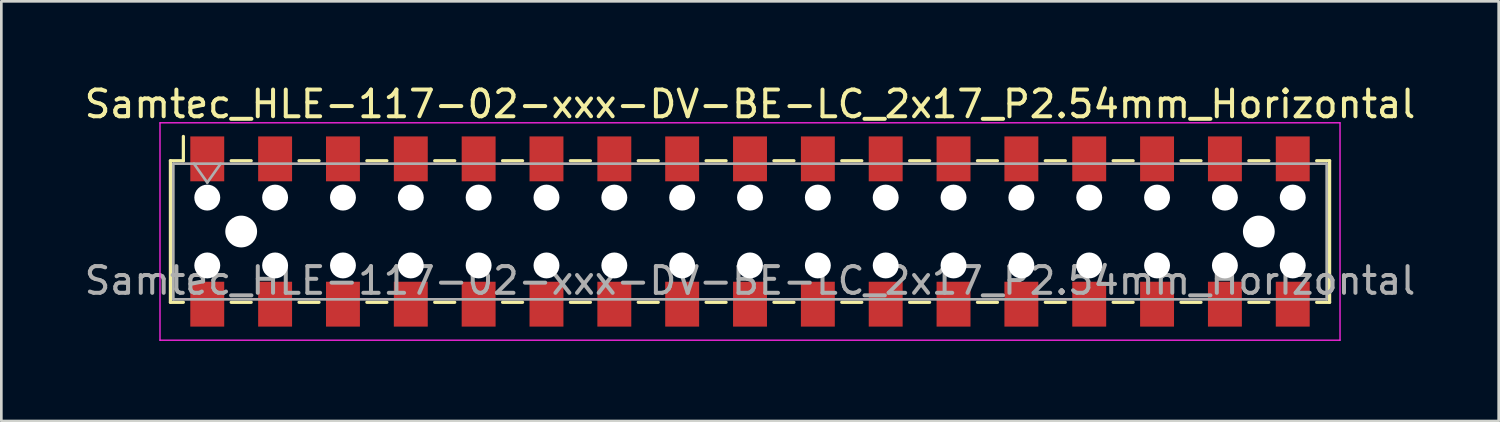
<source format=kicad_pcb>
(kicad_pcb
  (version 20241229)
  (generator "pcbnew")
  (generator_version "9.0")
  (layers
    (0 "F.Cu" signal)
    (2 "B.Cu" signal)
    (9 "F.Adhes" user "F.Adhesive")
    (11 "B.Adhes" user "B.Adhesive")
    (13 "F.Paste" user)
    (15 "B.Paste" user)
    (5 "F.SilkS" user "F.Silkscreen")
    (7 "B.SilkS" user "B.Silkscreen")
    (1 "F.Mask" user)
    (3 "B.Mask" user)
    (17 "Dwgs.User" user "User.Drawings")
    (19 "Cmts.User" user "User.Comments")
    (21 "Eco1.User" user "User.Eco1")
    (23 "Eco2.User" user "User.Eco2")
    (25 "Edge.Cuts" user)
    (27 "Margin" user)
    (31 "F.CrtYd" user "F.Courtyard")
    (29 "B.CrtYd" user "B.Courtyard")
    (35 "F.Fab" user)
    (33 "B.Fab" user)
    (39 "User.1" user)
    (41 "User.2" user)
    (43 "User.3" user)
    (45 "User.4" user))
  (footprint "Samtec_HLE-117-02-xxx-DV-BE-LC_2x17_P2.54mm_Horizontal"
    (layer "F.Cu")
    (at 25.03 5.618)
    (property "Reference" "Samtec_HLE-117-02-xxx-DV-BE-LC_2x17_P2.54mm_Horizontal" (at 0 -4.77 0) (layer "F.SilkS") (effects (font (size 1 1) (thickness 0.15))))
    (attr smd)
    (fp_line (start -21.7 -2.65) (end -21.7 2.65) (stroke (width 0.12) (type solid)) (layer "F.SilkS"))
    (fp_line (start -21.7 2.65) (end -21.215 2.65) (stroke (width 0.12) (type solid)) (layer "F.SilkS"))
    (fp_line (start -21.215 -3.56) (end -21.215 -2.65) (stroke (width 0.12) (type solid)) (layer "F.SilkS"))
    (fp_line (start -21.215 -2.65) (end -21.7 -2.65) (stroke (width 0.12) (type solid)) (layer "F.SilkS"))
    (fp_line (start -19.425 -2.65) (end -18.675 -2.65) (stroke (width 0.12) (type solid)) (layer "F.SilkS"))
    (fp_line (start -19.425 2.65) (end -18.675 2.65) (stroke (width 0.12) (type solid)) (layer "F.SilkS"))
    (fp_line (start -16.885 -2.65) (end -16.135 -2.65) (stroke (width 0.12) (type solid)) (layer "F.SilkS"))
    (fp_line (start -16.885 2.65) (end -16.135 2.65) (stroke (width 0.12) (type solid)) (layer "F.SilkS"))
    (fp_line (start -14.345 -2.65) (end -13.595 -2.65) (stroke (width 0.12) (type solid)) (layer "F.SilkS"))
    (fp_line (start -14.345 2.65) (end -13.595 2.65) (stroke (width 0.12) (type solid)) (layer "F.SilkS"))
    (fp_line (start -11.805 -2.65) (end -11.055 -2.65) (stroke (width 0.12) (type solid)) (layer "F.SilkS"))
    (fp_line (start -11.805 2.65) (end -11.055 2.65) (stroke (width 0.12) (type solid)) (layer "F.SilkS"))
    (fp_line (start -9.265 -2.65) (end -8.515 -2.65) (stroke (width 0.12) (type solid)) (layer "F.SilkS"))
    (fp_line (start -9.265 2.65) (end -8.515 2.65) (stroke (width 0.12) (type solid)) (layer "F.SilkS"))
    (fp_line (start -6.725 -2.65) (end -5.975 -2.65) (stroke (width 0.12) (type solid)) (layer "F.SilkS"))
    (fp_line (start -6.725 2.65) (end -5.975 2.65) (stroke (width 0.12) (type solid)) (layer "F.SilkS"))
    (fp_line (start -4.185 -2.65) (end -3.435 -2.65) (stroke (width 0.12) (type solid)) (layer "F.SilkS"))
    (fp_line (start -4.185 2.65) (end -3.435 2.65) (stroke (width 0.12) (type solid)) (layer "F.SilkS"))
    (fp_line (start -1.645 -2.65) (end -0.895 -2.65) (stroke (width 0.12) (type solid)) (layer "F.SilkS"))
    (fp_line (start -1.645 2.65) (end -0.895 2.65) (stroke (width 0.12) (type solid)) (layer "F.SilkS"))
    (fp_line (start 0.895 -2.65) (end 1.645 -2.65) (stroke (width 0.12) (type solid)) (layer "F.SilkS"))
    (fp_line (start 0.895 2.65) (end 1.645 2.65) (stroke (width 0.12) (type solid)) (layer "F.SilkS"))
    (fp_line (start 3.435 -2.65) (end 4.185 -2.65) (stroke (width 0.12) (type solid)) (layer "F.SilkS"))
    (fp_line (start 3.435 2.65) (end 4.185 2.65) (stroke (width 0.12) (type solid)) (layer "F.SilkS"))
    (fp_line (start 5.975 -2.65) (end 6.725 -2.65) (stroke (width 0.12) (type solid)) (layer "F.SilkS"))
    (fp_line (start 5.975 2.65) (end 6.725 2.65) (stroke (width 0.12) (type solid)) (layer "F.SilkS"))
    (fp_line (start 8.515 -2.65) (end 9.265 -2.65) (stroke (width 0.12) (type solid)) (layer "F.SilkS"))
    (fp_line (start 8.515 2.65) (end 9.265 2.65) (stroke (width 0.12) (type solid)) (layer "F.SilkS"))
    (fp_line (start 11.055 -2.65) (end 11.805 -2.65) (stroke (width 0.12) (type solid)) (layer "F.SilkS"))
    (fp_line (start 11.055 2.65) (end 11.805 2.65) (stroke (width 0.12) (type solid)) (layer "F.SilkS"))
    (fp_line (start 13.595 -2.65) (end 14.345 -2.65) (stroke (width 0.12) (type solid)) (layer "F.SilkS"))
    (fp_line (start 13.595 2.65) (end 14.345 2.65) (stroke (width 0.12) (type solid)) (layer "F.SilkS"))
    (fp_line (start 16.135 -2.65) (end 16.885 -2.65) (stroke (width 0.12) (type solid)) (layer "F.SilkS"))
    (fp_line (start 16.135 2.65) (end 16.885 2.65) (stroke (width 0.12) (type solid)) (layer "F.SilkS"))
    (fp_line (start 18.675 -2.65) (end 19.425 -2.65) (stroke (width 0.12) (type solid)) (layer "F.SilkS"))
    (fp_line (start 18.675 2.65) (end 19.425 2.65) (stroke (width 0.12) (type solid)) (layer "F.SilkS"))
    (fp_line (start 21.215 -2.65) (end 21.7 -2.65) (stroke (width 0.12) (type solid)) (layer "F.SilkS"))
    (fp_line (start 21.7 -2.65) (end 21.7 2.65) (stroke (width 0.12) (type solid)) (layer "F.SilkS"))
    (fp_line (start 21.7 2.65) (end 21.215 2.65) (stroke (width 0.12) (type solid)) (layer "F.SilkS"))
    (fp_line (start -22.09 -4.07) (end 22.09 -4.07) (stroke (width 0.05) (type solid)) (layer "F.CrtYd"))
    (fp_line (start -22.09 4.07) (end -22.09 -4.07) (stroke (width 0.05) (type solid)) (layer "F.CrtYd"))
    (fp_line (start 22.09 -4.07) (end 22.09 4.07) (stroke (width 0.05) (type solid)) (layer "F.CrtYd"))
    (fp_line (start 22.09 4.07) (end -22.09 4.07) (stroke (width 0.05) (type solid)) (layer "F.CrtYd"))
    (fp_line (start -21.59 -2.54) (end 21.59 -2.54) (stroke (width 0.1) (type solid)) (layer "F.Fab"))
    (fp_line (start -21.59 2.54) (end -21.59 -2.54) (stroke (width 0.1) (type solid)) (layer "F.Fab"))
    (fp_line (start -20.82 -2.54) (end -20.32 -1.833) (stroke (width 0.1) (type solid)) (layer "F.Fab"))
    (fp_line (start -20.32 -1.833) (end -19.82 -2.54) (stroke (width 0.1) (type solid)) (layer "F.Fab"))
    (fp_line (start 21.59 -2.54) (end 21.59 2.54) (stroke (width 0.1) (type solid)) (layer "F.Fab"))
    (fp_line (start 21.59 2.54) (end -21.59 2.54) (stroke (width 0.1) (type solid)) (layer "F.Fab"))
    (fp_text user "${REFERENCE}" (at 0 1.84 0) (layer "F.Fab") (effects (font (size 1 1) (thickness 0.15))))
    (pad "" np_thru_hole circle (at -20.32 -1.27) (size 0.97 0.97) (drill 0.97) (layers "*.Cu" "*.Mask"))
    (pad "" np_thru_hole circle (at -20.32 1.27) (size 0.97 0.97) (drill 0.97) (layers "*.Cu" "*.Mask"))
    (pad "" np_thru_hole circle (at -19.05 0) (size 1.19 1.19) (drill 1.19) (layers "*.Cu" "*.Mask"))
    (pad "" np_thru_hole circle (at -17.78 -1.27) (size 0.97 0.97) (drill 0.97) (layers "*.Cu" "*.Mask"))
    (pad "" np_thru_hole circle (at -17.78 1.27) (size 0.97 0.97) (drill 0.97) (layers "*.Cu" "*.Mask"))
    (pad "" np_thru_hole circle (at -15.24 -1.27) (size 0.97 0.97) (drill 0.97) (layers "*.Cu" "*.Mask"))
    (pad "" np_thru_hole circle (at -15.24 1.27) (size 0.97 0.97) (drill 0.97) (layers "*.Cu" "*.Mask"))
    (pad "" np_thru_hole circle (at -12.7 -1.27) (size 0.97 0.97) (drill 0.97) (layers "*.Cu" "*.Mask"))
    (pad "" np_thru_hole circle (at -12.7 1.27) (size 0.97 0.97) (drill 0.97) (layers "*.Cu" "*.Mask"))
    (pad "" np_thru_hole circle (at -10.16 -1.27) (size 0.97 0.97) (drill 0.97) (layers "*.Cu" "*.Mask"))
    (pad "" np_thru_hole circle (at -10.16 1.27) (size 0.97 0.97) (drill 0.97) (layers "*.Cu" "*.Mask"))
    (pad "" np_thru_hole circle (at -7.62 -1.27) (size 0.97 0.97) (drill 0.97) (layers "*.Cu" "*.Mask"))
    (pad "" np_thru_hole circle (at -7.62 1.27) (size 0.97 0.97) (drill 0.97) (layers "*.Cu" "*.Mask"))
    (pad "" np_thru_hole circle (at -5.08 -1.27) (size 0.97 0.97) (drill 0.97) (layers "*.Cu" "*.Mask"))
    (pad "" np_thru_hole circle (at -5.08 1.27) (size 0.97 0.97) (drill 0.97) (layers "*.Cu" "*.Mask"))
    (pad "" np_thru_hole circle (at -2.54 -1.27) (size 0.97 0.97) (drill 0.97) (layers "*.Cu" "*.Mask"))
    (pad "" np_thru_hole circle (at -2.54 1.27) (size 0.97 0.97) (drill 0.97) (layers "*.Cu" "*.Mask"))
    (pad "" np_thru_hole circle (at 0 -1.27) (size 0.97 0.97) (drill 0.97) (layers "*.Cu" "*.Mask"))
    (pad "" np_thru_hole circle (at 0 1.27) (size 0.97 0.97) (drill 0.97) (layers "*.Cu" "*.Mask"))
    (pad "" np_thru_hole circle (at 2.54 -1.27) (size 0.97 0.97) (drill 0.97) (layers "*.Cu" "*.Mask"))
    (pad "" np_thru_hole circle (at 2.54 1.27) (size 0.97 0.97) (drill 0.97) (layers "*.Cu" "*.Mask"))
    (pad "" np_thru_hole circle (at 5.08 -1.27) (size 0.97 0.97) (drill 0.97) (layers "*.Cu" "*.Mask"))
    (pad "" np_thru_hole circle (at 5.08 1.27) (size 0.97 0.97) (drill 0.97) (layers "*.Cu" "*.Mask"))
    (pad "" np_thru_hole circle (at 7.62 -1.27) (size 0.97 0.97) (drill 0.97) (layers "*.Cu" "*.Mask"))
    (pad "" np_thru_hole circle (at 7.62 1.27) (size 0.97 0.97) (drill 0.97) (layers "*.Cu" "*.Mask"))
    (pad "" np_thru_hole circle (at 10.16 -1.27) (size 0.97 0.97) (drill 0.97) (layers "*.Cu" "*.Mask"))
    (pad "" np_thru_hole circle (at 10.16 1.27) (size 0.97 0.97) (drill 0.97) (layers "*.Cu" "*.Mask"))
    (pad "" np_thru_hole circle (at 12.7 -1.27) (size 0.97 0.97) (drill 0.97) (layers "*.Cu" "*.Mask"))
    (pad "" np_thru_hole circle (at 12.7 1.27) (size 0.97 0.97) (drill 0.97) (layers "*.Cu" "*.Mask"))
    (pad "" np_thru_hole circle (at 15.24 -1.27) (size 0.97 0.97) (drill 0.97) (layers "*.Cu" "*.Mask"))
    (pad "" np_thru_hole circle (at 15.24 1.27) (size 0.97 0.97) (drill 0.97) (layers "*.Cu" "*.Mask"))
    (pad "" np_thru_hole circle (at 17.78 -1.27) (size 0.97 0.97) (drill 0.97) (layers "*.Cu" "*.Mask"))
    (pad "" np_thru_hole circle (at 17.78 1.27) (size 0.97 0.97) (drill 0.97) (layers "*.Cu" "*.Mask"))
    (pad "" np_thru_hole circle (at 19.05 0) (size 1.19 1.19) (drill 1.19) (layers "*.Cu" "*.Mask"))
    (pad "" np_thru_hole circle (at 20.32 -1.27) (size 0.97 0.97) (drill 0.97) (layers "*.Cu" "*.Mask"))
    (pad "" np_thru_hole circle (at 20.32 1.27) (size 0.97 0.97) (drill 0.97) (layers "*.Cu" "*.Mask"))
    (pad "1" smd rect (at -20.32 -2.72) (size 1.27 1.68) (layers "F.Cu" "F.Mask" "F.Paste"))
    (pad "2" smd rect (at -20.32 2.72) (size 1.27 1.68) (layers "F.Cu" "F.Mask" "F.Paste"))
    (pad "3" smd rect (at -17.78 -2.72) (size 1.27 1.68) (layers "F.Cu" "F.Mask" "F.Paste"))
    (pad "4" smd rect (at -17.78 2.72) (size 1.27 1.68) (layers "F.Cu" "F.Mask" "F.Paste"))
    (pad "5" smd rect (at -15.24 -2.72) (size 1.27 1.68) (layers "F.Cu" "F.Mask" "F.Paste"))
    (pad "6" smd rect (at -15.24 2.72) (size 1.27 1.68) (layers "F.Cu" "F.Mask" "F.Paste"))
    (pad "7" smd rect (at -12.7 -2.72) (size 1.27 1.68) (layers "F.Cu" "F.Mask" "F.Paste"))
    (pad "8" smd rect (at -12.7 2.72) (size 1.27 1.68) (layers "F.Cu" "F.Mask" "F.Paste"))
    (pad "9" smd rect (at -10.16 -2.72) (size 1.27 1.68) (layers "F.Cu" "F.Mask" "F.Paste"))
    (pad "10" smd rect (at -10.16 2.72) (size 1.27 1.68) (layers "F.Cu" "F.Mask" "F.Paste"))
    (pad "11" smd rect (at -7.62 -2.72) (size 1.27 1.68) (layers "F.Cu" "F.Mask" "F.Paste"))
    (pad "12" smd rect (at -7.62 2.72) (size 1.27 1.68) (layers "F.Cu" "F.Mask" "F.Paste"))
    (pad "13" smd rect (at -5.08 -2.72) (size 1.27 1.68) (layers "F.Cu" "F.Mask" "F.Paste"))
    (pad "14" smd rect (at -5.08 2.72) (size 1.27 1.68) (layers "F.Cu" "F.Mask" "F.Paste"))
    (pad "15" smd rect (at -2.54 -2.72) (size 1.27 1.68) (layers "F.Cu" "F.Mask" "F.Paste"))
    (pad "16" smd rect (at -2.54 2.72) (size 1.27 1.68) (layers "F.Cu" "F.Mask" "F.Paste"))
    (pad "17" smd rect (at 0 -2.72) (size 1.27 1.68) (layers "F.Cu" "F.Mask" "F.Paste"))
    (pad "18" smd rect (at 0 2.72) (size 1.27 1.68) (layers "F.Cu" "F.Mask" "F.Paste"))
    (pad "19" smd rect (at 2.54 -2.72) (size 1.27 1.68) (layers "F.Cu" "F.Mask" "F.Paste"))
    (pad "20" smd rect (at 2.54 2.72) (size 1.27 1.68) (layers "F.Cu" "F.Mask" "F.Paste"))
    (pad "21" smd rect (at 5.08 -2.72) (size 1.27 1.68) (layers "F.Cu" "F.Mask" "F.Paste"))
    (pad "22" smd rect (at 5.08 2.72) (size 1.27 1.68) (layers "F.Cu" "F.Mask" "F.Paste"))
    (pad "23" smd rect (at 7.62 -2.72) (size 1.27 1.68) (layers "F.Cu" "F.Mask" "F.Paste"))
    (pad "24" smd rect (at 7.62 2.72) (size 1.27 1.68) (layers "F.Cu" "F.Mask" "F.Paste"))
    (pad "25" smd rect (at 10.16 -2.72) (size 1.27 1.68) (layers "F.Cu" "F.Mask" "F.Paste"))
    (pad "26" smd rect (at 10.16 2.72) (size 1.27 1.68) (layers "F.Cu" "F.Mask" "F.Paste"))
    (pad "27" smd rect (at 12.7 -2.72) (size 1.27 1.68) (layers "F.Cu" "F.Mask" "F.Paste"))
    (pad "28" smd rect (at 12.7 2.72) (size 1.27 1.68) (layers "F.Cu" "F.Mask" "F.Paste"))
    (pad "29" smd rect (at 15.24 -2.72) (size 1.27 1.68) (layers "F.Cu" "F.Mask" "F.Paste"))
    (pad "30" smd rect (at 15.24 2.72) (size 1.27 1.68) (layers "F.Cu" "F.Mask" "F.Paste"))
    (pad "31" smd rect (at 17.78 -2.72) (size 1.27 1.68) (layers "F.Cu" "F.Mask" "F.Paste"))
    (pad "32" smd rect (at 17.78 2.72) (size 1.27 1.68) (layers "F.Cu" "F.Mask" "F.Paste"))
    (pad "33" smd rect (at 20.32 -2.72) (size 1.27 1.68) (layers "F.Cu" "F.Mask" "F.Paste"))
    (pad "34" smd rect (at 20.32 2.72) (size 1.27 1.68) (layers "F.Cu" "F.Mask" "F.Paste")))
  (gr_rect
    (start -3 -3)
    (end 53.06 12.713)
    (stroke (width 0.1) (type default))
    (fill no)
    (layer "Edge.Cuts")))
</source>
